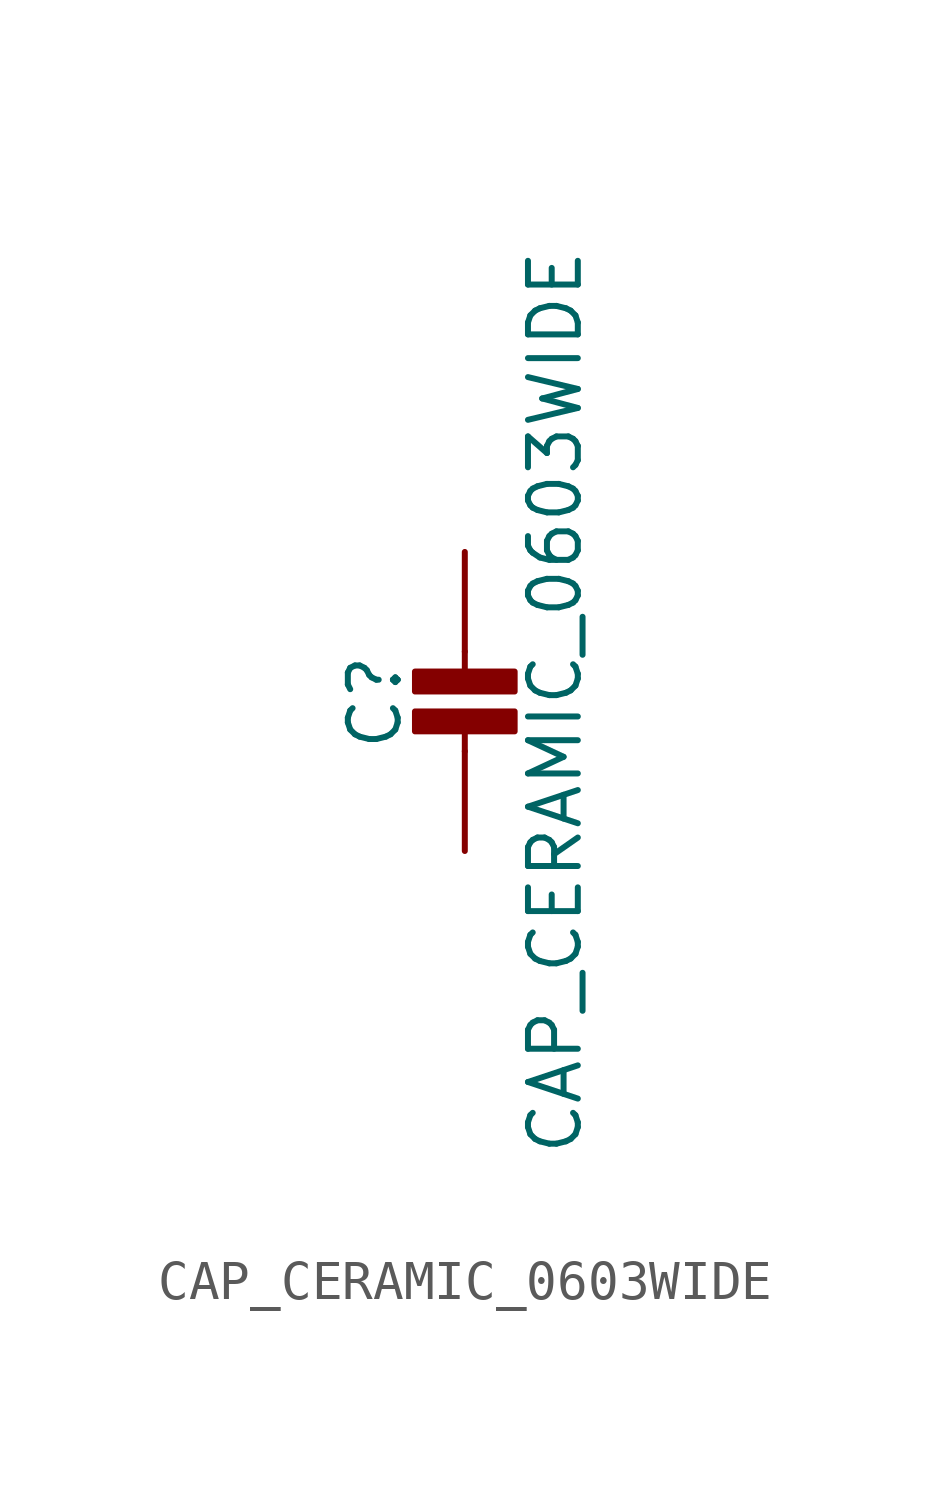
<source format=kicad_sym>
(kicad_symbol_lib
  (version 20211014)
  (generator kicad_symbol_editor)
  (symbol "CAP_CERAMIC_0603WIDE"
    (property "Reference" "C"
      (at -2.29 1.25 90)
      (effects (font (size 1.27 1.27))))
    (property "Value" "CAP_CERAMIC_0603WIDE"
      (at 2.3 1.25 90)
      (effects (font (size 1.27 1.27))))
    (property "ki_locked" ""
      (at 0 0 0)
      (effects (font (size 1.27 1.27))))
    (symbol "CAP_CERAMIC_0603WIDE_1_0"
      (rectangle (start -1.27 0.508) (end 1.27 1.016) (stroke (width 0) (type default) (color 0 0 0 0)) (fill (type outline)))
      (rectangle (start -1.27 1.524) (end 1.27 2.032) (stroke (width 0) (type default) (color 0 0 0 0)) (fill (type outline)))
      (polyline (pts (xy 0 0.762) (xy 0 0)) (stroke (width 0.152) (type default) (color 0 0 0 0)) (fill (type none)))
      (polyline (pts (xy 0 2.54) (xy 0 1.778)) (stroke (width 0.152) (type default) (color 0 0 0 0)) (fill (type none)))
      (pin passive line (at 0 5.08 270) (length 2.54) (name "1" (effects (font (size 0 0)))) (number "1" (effects (font (size 0 0)))))
      (pin passive line (at 0 -2.54 90) (length 2.54) (name "2" (effects (font (size 0 0)))) (number "2" (effects (font (size 0 0))))))))
</source>
